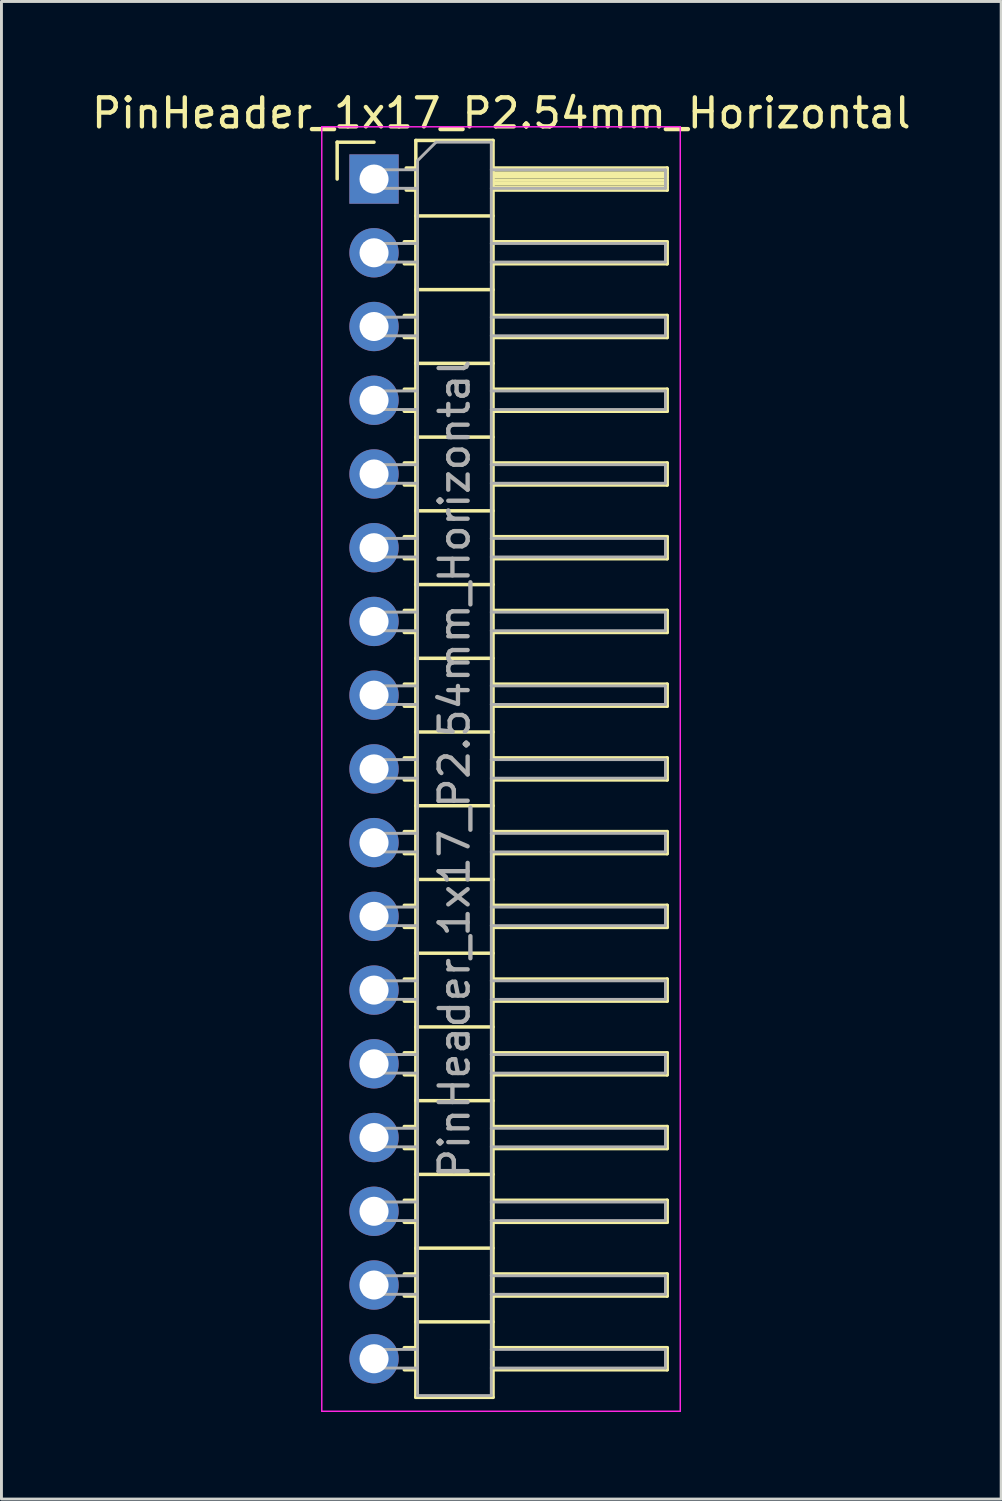
<source format=kicad_pcb>
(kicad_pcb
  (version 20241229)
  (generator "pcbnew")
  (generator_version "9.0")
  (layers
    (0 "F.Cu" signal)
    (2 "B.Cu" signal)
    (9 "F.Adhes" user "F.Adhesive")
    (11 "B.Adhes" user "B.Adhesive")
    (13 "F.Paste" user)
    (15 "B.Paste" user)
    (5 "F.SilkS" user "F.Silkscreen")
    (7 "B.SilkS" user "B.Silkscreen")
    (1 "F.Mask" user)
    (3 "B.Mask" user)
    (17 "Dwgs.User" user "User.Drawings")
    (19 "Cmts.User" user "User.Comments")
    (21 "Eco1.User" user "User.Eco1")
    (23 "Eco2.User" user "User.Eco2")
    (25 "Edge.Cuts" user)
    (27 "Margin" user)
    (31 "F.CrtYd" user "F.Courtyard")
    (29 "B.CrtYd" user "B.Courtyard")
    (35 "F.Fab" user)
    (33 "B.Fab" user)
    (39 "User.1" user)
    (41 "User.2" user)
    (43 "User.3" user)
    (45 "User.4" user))
  (footprint "PinHeader_1x17_P2.54mm_Horizontal"
    (layer "F.Cu")
    (at 9.835 3.118)
    (property "Reference" "PinHeader_1x17_P2.54mm_Horizontal" (at 4.385 -2.27 0) (layer "F.SilkS") (effects (font (size 1 1) (thickness 0.15))))
    (attr through_hole)
    (fp_line (start -1.27 -1.27) (end 0 -1.27) (stroke (width 0.12) (type solid)) (layer "F.SilkS"))
    (fp_line (start -1.27 0) (end -1.27 -1.27) (stroke (width 0.12) (type solid)) (layer "F.SilkS"))
    (fp_line (start 1.043 2.16) (end 1.44 2.16) (stroke (width 0.12) (type solid)) (layer "F.SilkS"))
    (fp_line (start 1.043 2.92) (end 1.44 2.92) (stroke (width 0.12) (type solid)) (layer "F.SilkS"))
    (fp_line (start 1.043 4.7) (end 1.44 4.7) (stroke (width 0.12) (type solid)) (layer "F.SilkS"))
    (fp_line (start 1.043 5.46) (end 1.44 5.46) (stroke (width 0.12) (type solid)) (layer "F.SilkS"))
    (fp_line (start 1.043 7.24) (end 1.44 7.24) (stroke (width 0.12) (type solid)) (layer "F.SilkS"))
    (fp_line (start 1.043 8) (end 1.44 8) (stroke (width 0.12) (type solid)) (layer "F.SilkS"))
    (fp_line (start 1.043 9.78) (end 1.44 9.78) (stroke (width 0.12) (type solid)) (layer "F.SilkS"))
    (fp_line (start 1.043 10.54) (end 1.44 10.54) (stroke (width 0.12) (type solid)) (layer "F.SilkS"))
    (fp_line (start 1.043 12.32) (end 1.44 12.32) (stroke (width 0.12) (type solid)) (layer "F.SilkS"))
    (fp_line (start 1.043 13.08) (end 1.44 13.08) (stroke (width 0.12) (type solid)) (layer "F.SilkS"))
    (fp_line (start 1.043 14.86) (end 1.44 14.86) (stroke (width 0.12) (type solid)) (layer "F.SilkS"))
    (fp_line (start 1.043 15.62) (end 1.44 15.62) (stroke (width 0.12) (type solid)) (layer "F.SilkS"))
    (fp_line (start 1.043 17.4) (end 1.44 17.4) (stroke (width 0.12) (type solid)) (layer "F.SilkS"))
    (fp_line (start 1.043 18.16) (end 1.44 18.16) (stroke (width 0.12) (type solid)) (layer "F.SilkS"))
    (fp_line (start 1.043 19.94) (end 1.44 19.94) (stroke (width 0.12) (type solid)) (layer "F.SilkS"))
    (fp_line (start 1.043 20.7) (end 1.44 20.7) (stroke (width 0.12) (type solid)) (layer "F.SilkS"))
    (fp_line (start 1.043 22.48) (end 1.44 22.48) (stroke (width 0.12) (type solid)) (layer "F.SilkS"))
    (fp_line (start 1.043 23.24) (end 1.44 23.24) (stroke (width 0.12) (type solid)) (layer "F.SilkS"))
    (fp_line (start 1.043 25.02) (end 1.44 25.02) (stroke (width 0.12) (type solid)) (layer "F.SilkS"))
    (fp_line (start 1.043 25.78) (end 1.44 25.78) (stroke (width 0.12) (type solid)) (layer "F.SilkS"))
    (fp_line (start 1.043 27.56) (end 1.44 27.56) (stroke (width 0.12) (type solid)) (layer "F.SilkS"))
    (fp_line (start 1.043 28.32) (end 1.44 28.32) (stroke (width 0.12) (type solid)) (layer "F.SilkS"))
    (fp_line (start 1.043 30.1) (end 1.44 30.1) (stroke (width 0.12) (type solid)) (layer "F.SilkS"))
    (fp_line (start 1.043 30.86) (end 1.44 30.86) (stroke (width 0.12) (type solid)) (layer "F.SilkS"))
    (fp_line (start 1.043 32.64) (end 1.44 32.64) (stroke (width 0.12) (type solid)) (layer "F.SilkS"))
    (fp_line (start 1.043 33.4) (end 1.44 33.4) (stroke (width 0.12) (type solid)) (layer "F.SilkS"))
    (fp_line (start 1.043 35.18) (end 1.44 35.18) (stroke (width 0.12) (type solid)) (layer "F.SilkS"))
    (fp_line (start 1.043 35.94) (end 1.44 35.94) (stroke (width 0.12) (type solid)) (layer "F.SilkS"))
    (fp_line (start 1.043 37.72) (end 1.44 37.72) (stroke (width 0.12) (type solid)) (layer "F.SilkS"))
    (fp_line (start 1.043 38.48) (end 1.44 38.48) (stroke (width 0.12) (type solid)) (layer "F.SilkS"))
    (fp_line (start 1.043 40.26) (end 1.44 40.26) (stroke (width 0.12) (type solid)) (layer "F.SilkS"))
    (fp_line (start 1.043 41.02) (end 1.44 41.02) (stroke (width 0.12) (type solid)) (layer "F.SilkS"))
    (fp_line (start 1.11 -0.38) (end 1.44 -0.38) (stroke (width 0.12) (type solid)) (layer "F.SilkS"))
    (fp_line (start 1.11 0.38) (end 1.44 0.38) (stroke (width 0.12) (type solid)) (layer "F.SilkS"))
    (fp_line (start 1.44 -1.33) (end 1.44 41.97) (stroke (width 0.12) (type solid)) (layer "F.SilkS"))
    (fp_line (start 1.44 1.27) (end 4.1 1.27) (stroke (width 0.12) (type solid)) (layer "F.SilkS"))
    (fp_line (start 1.44 3.81) (end 4.1 3.81) (stroke (width 0.12) (type solid)) (layer "F.SilkS"))
    (fp_line (start 1.44 6.35) (end 4.1 6.35) (stroke (width 0.12) (type solid)) (layer "F.SilkS"))
    (fp_line (start 1.44 8.89) (end 4.1 8.89) (stroke (width 0.12) (type solid)) (layer "F.SilkS"))
    (fp_line (start 1.44 11.43) (end 4.1 11.43) (stroke (width 0.12) (type solid)) (layer "F.SilkS"))
    (fp_line (start 1.44 13.97) (end 4.1 13.97) (stroke (width 0.12) (type solid)) (layer "F.SilkS"))
    (fp_line (start 1.44 16.51) (end 4.1 16.51) (stroke (width 0.12) (type solid)) (layer "F.SilkS"))
    (fp_line (start 1.44 19.05) (end 4.1 19.05) (stroke (width 0.12) (type solid)) (layer "F.SilkS"))
    (fp_line (start 1.44 21.59) (end 4.1 21.59) (stroke (width 0.12) (type solid)) (layer "F.SilkS"))
    (fp_line (start 1.44 24.13) (end 4.1 24.13) (stroke (width 0.12) (type solid)) (layer "F.SilkS"))
    (fp_line (start 1.44 26.67) (end 4.1 26.67) (stroke (width 0.12) (type solid)) (layer "F.SilkS"))
    (fp_line (start 1.44 29.21) (end 4.1 29.21) (stroke (width 0.12) (type solid)) (layer "F.SilkS"))
    (fp_line (start 1.44 31.75) (end 4.1 31.75) (stroke (width 0.12) (type solid)) (layer "F.SilkS"))
    (fp_line (start 1.44 34.29) (end 4.1 34.29) (stroke (width 0.12) (type solid)) (layer "F.SilkS"))
    (fp_line (start 1.44 36.83) (end 4.1 36.83) (stroke (width 0.12) (type solid)) (layer "F.SilkS"))
    (fp_line (start 1.44 39.37) (end 4.1 39.37) (stroke (width 0.12) (type solid)) (layer "F.SilkS"))
    (fp_line (start 1.44 41.97) (end 4.1 41.97) (stroke (width 0.12) (type solid)) (layer "F.SilkS"))
    (fp_line (start 4.1 -1.33) (end 1.44 -1.33) (stroke (width 0.12) (type solid)) (layer "F.SilkS"))
    (fp_line (start 4.1 -0.38) (end 10.1 -0.38) (stroke (width 0.12) (type solid)) (layer "F.SilkS"))
    (fp_line (start 4.1 -0.32) (end 10.1 -0.32) (stroke (width 0.12) (type solid)) (layer "F.SilkS"))
    (fp_line (start 4.1 -0.2) (end 10.1 -0.2) (stroke (width 0.12) (type solid)) (layer "F.SilkS"))
    (fp_line (start 4.1 -0.08) (end 10.1 -0.08) (stroke (width 0.12) (type solid)) (layer "F.SilkS"))
    (fp_line (start 4.1 0.04) (end 10.1 0.04) (stroke (width 0.12) (type solid)) (layer "F.SilkS"))
    (fp_line (start 4.1 0.16) (end 10.1 0.16) (stroke (width 0.12) (type solid)) (layer "F.SilkS"))
    (fp_line (start 4.1 0.28) (end 10.1 0.28) (stroke (width 0.12) (type solid)) (layer "F.SilkS"))
    (fp_line (start 4.1 2.16) (end 10.1 2.16) (stroke (width 0.12) (type solid)) (layer "F.SilkS"))
    (fp_line (start 4.1 4.7) (end 10.1 4.7) (stroke (width 0.12) (type solid)) (layer "F.SilkS"))
    (fp_line (start 4.1 7.24) (end 10.1 7.24) (stroke (width 0.12) (type solid)) (layer "F.SilkS"))
    (fp_line (start 4.1 9.78) (end 10.1 9.78) (stroke (width 0.12) (type solid)) (layer "F.SilkS"))
    (fp_line (start 4.1 12.32) (end 10.1 12.32) (stroke (width 0.12) (type solid)) (layer "F.SilkS"))
    (fp_line (start 4.1 14.86) (end 10.1 14.86) (stroke (width 0.12) (type solid)) (layer "F.SilkS"))
    (fp_line (start 4.1 17.4) (end 10.1 17.4) (stroke (width 0.12) (type solid)) (layer "F.SilkS"))
    (fp_line (start 4.1 19.94) (end 10.1 19.94) (stroke (width 0.12) (type solid)) (layer "F.SilkS"))
    (fp_line (start 4.1 22.48) (end 10.1 22.48) (stroke (width 0.12) (type solid)) (layer "F.SilkS"))
    (fp_line (start 4.1 25.02) (end 10.1 25.02) (stroke (width 0.12) (type solid)) (layer "F.SilkS"))
    (fp_line (start 4.1 27.56) (end 10.1 27.56) (stroke (width 0.12) (type solid)) (layer "F.SilkS"))
    (fp_line (start 4.1 30.1) (end 10.1 30.1) (stroke (width 0.12) (type solid)) (layer "F.SilkS"))
    (fp_line (start 4.1 32.64) (end 10.1 32.64) (stroke (width 0.12) (type solid)) (layer "F.SilkS"))
    (fp_line (start 4.1 35.18) (end 10.1 35.18) (stroke (width 0.12) (type solid)) (layer "F.SilkS"))
    (fp_line (start 4.1 37.72) (end 10.1 37.72) (stroke (width 0.12) (type solid)) (layer "F.SilkS"))
    (fp_line (start 4.1 40.26) (end 10.1 40.26) (stroke (width 0.12) (type solid)) (layer "F.SilkS"))
    (fp_line (start 4.1 41.97) (end 4.1 -1.33) (stroke (width 0.12) (type solid)) (layer "F.SilkS"))
    (fp_line (start 10.1 -0.38) (end 10.1 0.38) (stroke (width 0.12) (type solid)) (layer "F.SilkS"))
    (fp_line (start 10.1 0.38) (end 4.1 0.38) (stroke (width 0.12) (type solid)) (layer "F.SilkS"))
    (fp_line (start 10.1 2.16) (end 10.1 2.92) (stroke (width 0.12) (type solid)) (layer "F.SilkS"))
    (fp_line (start 10.1 2.92) (end 4.1 2.92) (stroke (width 0.12) (type solid)) (layer "F.SilkS"))
    (fp_line (start 10.1 4.7) (end 10.1 5.46) (stroke (width 0.12) (type solid)) (layer "F.SilkS"))
    (fp_line (start 10.1 5.46) (end 4.1 5.46) (stroke (width 0.12) (type solid)) (layer "F.SilkS"))
    (fp_line (start 10.1 7.24) (end 10.1 8) (stroke (width 0.12) (type solid)) (layer "F.SilkS"))
    (fp_line (start 10.1 8) (end 4.1 8) (stroke (width 0.12) (type solid)) (layer "F.SilkS"))
    (fp_line (start 10.1 9.78) (end 10.1 10.54) (stroke (width 0.12) (type solid)) (layer "F.SilkS"))
    (fp_line (start 10.1 10.54) (end 4.1 10.54) (stroke (width 0.12) (type solid)) (layer "F.SilkS"))
    (fp_line (start 10.1 12.32) (end 10.1 13.08) (stroke (width 0.12) (type solid)) (layer "F.SilkS"))
    (fp_line (start 10.1 13.08) (end 4.1 13.08) (stroke (width 0.12) (type solid)) (layer "F.SilkS"))
    (fp_line (start 10.1 14.86) (end 10.1 15.62) (stroke (width 0.12) (type solid)) (layer "F.SilkS"))
    (fp_line (start 10.1 15.62) (end 4.1 15.62) (stroke (width 0.12) (type solid)) (layer "F.SilkS"))
    (fp_line (start 10.1 17.4) (end 10.1 18.16) (stroke (width 0.12) (type solid)) (layer "F.SilkS"))
    (fp_line (start 10.1 18.16) (end 4.1 18.16) (stroke (width 0.12) (type solid)) (layer "F.SilkS"))
    (fp_line (start 10.1 19.94) (end 10.1 20.7) (stroke (width 0.12) (type solid)) (layer "F.SilkS"))
    (fp_line (start 10.1 20.7) (end 4.1 20.7) (stroke (width 0.12) (type solid)) (layer "F.SilkS"))
    (fp_line (start 10.1 22.48) (end 10.1 23.24) (stroke (width 0.12) (type solid)) (layer "F.SilkS"))
    (fp_line (start 10.1 23.24) (end 4.1 23.24) (stroke (width 0.12) (type solid)) (layer "F.SilkS"))
    (fp_line (start 10.1 25.02) (end 10.1 25.78) (stroke (width 0.12) (type solid)) (layer "F.SilkS"))
    (fp_line (start 10.1 25.78) (end 4.1 25.78) (stroke (width 0.12) (type solid)) (layer "F.SilkS"))
    (fp_line (start 10.1 27.56) (end 10.1 28.32) (stroke (width 0.12) (type solid)) (layer "F.SilkS"))
    (fp_line (start 10.1 28.32) (end 4.1 28.32) (stroke (width 0.12) (type solid)) (layer "F.SilkS"))
    (fp_line (start 10.1 30.1) (end 10.1 30.86) (stroke (width 0.12) (type solid)) (layer "F.SilkS"))
    (fp_line (start 10.1 30.86) (end 4.1 30.86) (stroke (width 0.12) (type solid)) (layer "F.SilkS"))
    (fp_line (start 10.1 32.64) (end 10.1 33.4) (stroke (width 0.12) (type solid)) (layer "F.SilkS"))
    (fp_line (start 10.1 33.4) (end 4.1 33.4) (stroke (width 0.12) (type solid)) (layer "F.SilkS"))
    (fp_line (start 10.1 35.18) (end 10.1 35.94) (stroke (width 0.12) (type solid)) (layer "F.SilkS"))
    (fp_line (start 10.1 35.94) (end 4.1 35.94) (stroke (width 0.12) (type solid)) (layer "F.SilkS"))
    (fp_line (start 10.1 37.72) (end 10.1 38.48) (stroke (width 0.12) (type solid)) (layer "F.SilkS"))
    (fp_line (start 10.1 38.48) (end 4.1 38.48) (stroke (width 0.12) (type solid)) (layer "F.SilkS"))
    (fp_line (start 10.1 40.26) (end 10.1 41.02) (stroke (width 0.12) (type solid)) (layer "F.SilkS"))
    (fp_line (start 10.1 41.02) (end 4.1 41.02) (stroke (width 0.12) (type solid)) (layer "F.SilkS"))
    (fp_line (start -1.8 -1.8) (end -1.8 42.45) (stroke (width 0.05) (type solid)) (layer "F.CrtYd"))
    (fp_line (start -1.8 42.45) (end 10.55 42.45) (stroke (width 0.05) (type solid)) (layer "F.CrtYd"))
    (fp_line (start 10.55 -1.8) (end -1.8 -1.8) (stroke (width 0.05) (type solid)) (layer "F.CrtYd"))
    (fp_line (start 10.55 42.45) (end 10.55 -1.8) (stroke (width 0.05) (type solid)) (layer "F.CrtYd"))
    (fp_line (start -0.32 -0.32) (end -0.32 0.32) (stroke (width 0.1) (type solid)) (layer "F.Fab"))
    (fp_line (start -0.32 -0.32) (end 1.5 -0.32) (stroke (width 0.1) (type solid)) (layer "F.Fab"))
    (fp_line (start -0.32 0.32) (end 1.5 0.32) (stroke (width 0.1) (type solid)) (layer "F.Fab"))
    (fp_line (start -0.32 2.22) (end -0.32 2.86) (stroke (width 0.1) (type solid)) (layer "F.Fab"))
    (fp_line (start -0.32 2.22) (end 1.5 2.22) (stroke (width 0.1) (type solid)) (layer "F.Fab"))
    (fp_line (start -0.32 2.86) (end 1.5 2.86) (stroke (width 0.1) (type solid)) (layer "F.Fab"))
    (fp_line (start -0.32 4.76) (end -0.32 5.4) (stroke (width 0.1) (type solid)) (layer "F.Fab"))
    (fp_line (start -0.32 4.76) (end 1.5 4.76) (stroke (width 0.1) (type solid)) (layer "F.Fab"))
    (fp_line (start -0.32 5.4) (end 1.5 5.4) (stroke (width 0.1) (type solid)) (layer "F.Fab"))
    (fp_line (start -0.32 7.3) (end -0.32 7.94) (stroke (width 0.1) (type solid)) (layer "F.Fab"))
    (fp_line (start -0.32 7.3) (end 1.5 7.3) (stroke (width 0.1) (type solid)) (layer "F.Fab"))
    (fp_line (start -0.32 7.94) (end 1.5 7.94) (stroke (width 0.1) (type solid)) (layer "F.Fab"))
    (fp_line (start -0.32 9.84) (end -0.32 10.48) (stroke (width 0.1) (type solid)) (layer "F.Fab"))
    (fp_line (start -0.32 9.84) (end 1.5 9.84) (stroke (width 0.1) (type solid)) (layer "F.Fab"))
    (fp_line (start -0.32 10.48) (end 1.5 10.48) (stroke (width 0.1) (type solid)) (layer "F.Fab"))
    (fp_line (start -0.32 12.38) (end -0.32 13.02) (stroke (width 0.1) (type solid)) (layer "F.Fab"))
    (fp_line (start -0.32 12.38) (end 1.5 12.38) (stroke (width 0.1) (type solid)) (layer "F.Fab"))
    (fp_line (start -0.32 13.02) (end 1.5 13.02) (stroke (width 0.1) (type solid)) (layer "F.Fab"))
    (fp_line (start -0.32 14.92) (end -0.32 15.56) (stroke (width 0.1) (type solid)) (layer "F.Fab"))
    (fp_line (start -0.32 14.92) (end 1.5 14.92) (stroke (width 0.1) (type solid)) (layer "F.Fab"))
    (fp_line (start -0.32 15.56) (end 1.5 15.56) (stroke (width 0.1) (type solid)) (layer "F.Fab"))
    (fp_line (start -0.32 17.46) (end -0.32 18.1) (stroke (width 0.1) (type solid)) (layer "F.Fab"))
    (fp_line (start -0.32 17.46) (end 1.5 17.46) (stroke (width 0.1) (type solid)) (layer "F.Fab"))
    (fp_line (start -0.32 18.1) (end 1.5 18.1) (stroke (width 0.1) (type solid)) (layer "F.Fab"))
    (fp_line (start -0.32 20) (end -0.32 20.64) (stroke (width 0.1) (type solid)) (layer "F.Fab"))
    (fp_line (start -0.32 20) (end 1.5 20) (stroke (width 0.1) (type solid)) (layer "F.Fab"))
    (fp_line (start -0.32 20.64) (end 1.5 20.64) (stroke (width 0.1) (type solid)) (layer "F.Fab"))
    (fp_line (start -0.32 22.54) (end -0.32 23.18) (stroke (width 0.1) (type solid)) (layer "F.Fab"))
    (fp_line (start -0.32 22.54) (end 1.5 22.54) (stroke (width 0.1) (type solid)) (layer "F.Fab"))
    (fp_line (start -0.32 23.18) (end 1.5 23.18) (stroke (width 0.1) (type solid)) (layer "F.Fab"))
    (fp_line (start -0.32 25.08) (end -0.32 25.72) (stroke (width 0.1) (type solid)) (layer "F.Fab"))
    (fp_line (start -0.32 25.08) (end 1.5 25.08) (stroke (width 0.1) (type solid)) (layer "F.Fab"))
    (fp_line (start -0.32 25.72) (end 1.5 25.72) (stroke (width 0.1) (type solid)) (layer "F.Fab"))
    (fp_line (start -0.32 27.62) (end -0.32 28.26) (stroke (width 0.1) (type solid)) (layer "F.Fab"))
    (fp_line (start -0.32 27.62) (end 1.5 27.62) (stroke (width 0.1) (type solid)) (layer "F.Fab"))
    (fp_line (start -0.32 28.26) (end 1.5 28.26) (stroke (width 0.1) (type solid)) (layer "F.Fab"))
    (fp_line (start -0.32 30.16) (end -0.32 30.8) (stroke (width 0.1) (type solid)) (layer "F.Fab"))
    (fp_line (start -0.32 30.16) (end 1.5 30.16) (stroke (width 0.1) (type solid)) (layer "F.Fab"))
    (fp_line (start -0.32 30.8) (end 1.5 30.8) (stroke (width 0.1) (type solid)) (layer "F.Fab"))
    (fp_line (start -0.32 32.7) (end -0.32 33.34) (stroke (width 0.1) (type solid)) (layer "F.Fab"))
    (fp_line (start -0.32 32.7) (end 1.5 32.7) (stroke (width 0.1) (type solid)) (layer "F.Fab"))
    (fp_line (start -0.32 33.34) (end 1.5 33.34) (stroke (width 0.1) (type solid)) (layer "F.Fab"))
    (fp_line (start -0.32 35.24) (end -0.32 35.88) (stroke (width 0.1) (type solid)) (layer "F.Fab"))
    (fp_line (start -0.32 35.24) (end 1.5 35.24) (stroke (width 0.1) (type solid)) (layer "F.Fab"))
    (fp_line (start -0.32 35.88) (end 1.5 35.88) (stroke (width 0.1) (type solid)) (layer "F.Fab"))
    (fp_line (start -0.32 37.78) (end -0.32 38.42) (stroke (width 0.1) (type solid)) (layer "F.Fab"))
    (fp_line (start -0.32 37.78) (end 1.5 37.78) (stroke (width 0.1) (type solid)) (layer "F.Fab"))
    (fp_line (start -0.32 38.42) (end 1.5 38.42) (stroke (width 0.1) (type solid)) (layer "F.Fab"))
    (fp_line (start -0.32 40.32) (end -0.32 40.96) (stroke (width 0.1) (type solid)) (layer "F.Fab"))
    (fp_line (start -0.32 40.32) (end 1.5 40.32) (stroke (width 0.1) (type solid)) (layer "F.Fab"))
    (fp_line (start -0.32 40.96) (end 1.5 40.96) (stroke (width 0.1) (type solid)) (layer "F.Fab"))
    (fp_line (start 1.5 -0.635) (end 2.135 -1.27) (stroke (width 0.1) (type solid)) (layer "F.Fab"))
    (fp_line (start 1.5 41.91) (end 1.5 -0.635) (stroke (width 0.1) (type solid)) (layer "F.Fab"))
    (fp_line (start 2.135 -1.27) (end 4.04 -1.27) (stroke (width 0.1) (type solid)) (layer "F.Fab"))
    (fp_line (start 4.04 -1.27) (end 4.04 41.91) (stroke (width 0.1) (type solid)) (layer "F.Fab"))
    (fp_line (start 4.04 -0.32) (end 10.04 -0.32) (stroke (width 0.1) (type solid)) (layer "F.Fab"))
    (fp_line (start 4.04 0.32) (end 10.04 0.32) (stroke (width 0.1) (type solid)) (layer "F.Fab"))
    (fp_line (start 4.04 2.22) (end 10.04 2.22) (stroke (width 0.1) (type solid)) (layer "F.Fab"))
    (fp_line (start 4.04 2.86) (end 10.04 2.86) (stroke (width 0.1) (type solid)) (layer "F.Fab"))
    (fp_line (start 4.04 4.76) (end 10.04 4.76) (stroke (width 0.1) (type solid)) (layer "F.Fab"))
    (fp_line (start 4.04 5.4) (end 10.04 5.4) (stroke (width 0.1) (type solid)) (layer "F.Fab"))
    (fp_line (start 4.04 7.3) (end 10.04 7.3) (stroke (width 0.1) (type solid)) (layer "F.Fab"))
    (fp_line (start 4.04 7.94) (end 10.04 7.94) (stroke (width 0.1) (type solid)) (layer "F.Fab"))
    (fp_line (start 4.04 9.84) (end 10.04 9.84) (stroke (width 0.1) (type solid)) (layer "F.Fab"))
    (fp_line (start 4.04 10.48) (end 10.04 10.48) (stroke (width 0.1) (type solid)) (layer "F.Fab"))
    (fp_line (start 4.04 12.38) (end 10.04 12.38) (stroke (width 0.1) (type solid)) (layer "F.Fab"))
    (fp_line (start 4.04 13.02) (end 10.04 13.02) (stroke (width 0.1) (type solid)) (layer "F.Fab"))
    (fp_line (start 4.04 14.92) (end 10.04 14.92) (stroke (width 0.1) (type solid)) (layer "F.Fab"))
    (fp_line (start 4.04 15.56) (end 10.04 15.56) (stroke (width 0.1) (type solid)) (layer "F.Fab"))
    (fp_line (start 4.04 17.46) (end 10.04 17.46) (stroke (width 0.1) (type solid)) (layer "F.Fab"))
    (fp_line (start 4.04 18.1) (end 10.04 18.1) (stroke (width 0.1) (type solid)) (layer "F.Fab"))
    (fp_line (start 4.04 20) (end 10.04 20) (stroke (width 0.1) (type solid)) (layer "F.Fab"))
    (fp_line (start 4.04 20.64) (end 10.04 20.64) (stroke (width 0.1) (type solid)) (layer "F.Fab"))
    (fp_line (start 4.04 22.54) (end 10.04 22.54) (stroke (width 0.1) (type solid)) (layer "F.Fab"))
    (fp_line (start 4.04 23.18) (end 10.04 23.18) (stroke (width 0.1) (type solid)) (layer "F.Fab"))
    (fp_line (start 4.04 25.08) (end 10.04 25.08) (stroke (width 0.1) (type solid)) (layer "F.Fab"))
    (fp_line (start 4.04 25.72) (end 10.04 25.72) (stroke (width 0.1) (type solid)) (layer "F.Fab"))
    (fp_line (start 4.04 27.62) (end 10.04 27.62) (stroke (width 0.1) (type solid)) (layer "F.Fab"))
    (fp_line (start 4.04 28.26) (end 10.04 28.26) (stroke (width 0.1) (type solid)) (layer "F.Fab"))
    (fp_line (start 4.04 30.16) (end 10.04 30.16) (stroke (width 0.1) (type solid)) (layer "F.Fab"))
    (fp_line (start 4.04 30.8) (end 10.04 30.8) (stroke (width 0.1) (type solid)) (layer "F.Fab"))
    (fp_line (start 4.04 32.7) (end 10.04 32.7) (stroke (width 0.1) (type solid)) (layer "F.Fab"))
    (fp_line (start 4.04 33.34) (end 10.04 33.34) (stroke (width 0.1) (type solid)) (layer "F.Fab"))
    (fp_line (start 4.04 35.24) (end 10.04 35.24) (stroke (width 0.1) (type solid)) (layer "F.Fab"))
    (fp_line (start 4.04 35.88) (end 10.04 35.88) (stroke (width 0.1) (type solid)) (layer "F.Fab"))
    (fp_line (start 4.04 37.78) (end 10.04 37.78) (stroke (width 0.1) (type solid)) (layer "F.Fab"))
    (fp_line (start 4.04 38.42) (end 10.04 38.42) (stroke (width 0.1) (type solid)) (layer "F.Fab"))
    (fp_line (start 4.04 40.32) (end 10.04 40.32) (stroke (width 0.1) (type solid)) (layer "F.Fab"))
    (fp_line (start 4.04 40.96) (end 10.04 40.96) (stroke (width 0.1) (type solid)) (layer "F.Fab"))
    (fp_line (start 4.04 41.91) (end 1.5 41.91) (stroke (width 0.1) (type solid)) (layer "F.Fab"))
    (fp_line (start 10.04 -0.32) (end 10.04 0.32) (stroke (width 0.1) (type solid)) (layer "F.Fab"))
    (fp_line (start 10.04 2.22) (end 10.04 2.86) (stroke (width 0.1) (type solid)) (layer "F.Fab"))
    (fp_line (start 10.04 4.76) (end 10.04 5.4) (stroke (width 0.1) (type solid)) (layer "F.Fab"))
    (fp_line (start 10.04 7.3) (end 10.04 7.94) (stroke (width 0.1) (type solid)) (layer "F.Fab"))
    (fp_line (start 10.04 9.84) (end 10.04 10.48) (stroke (width 0.1) (type solid)) (layer "F.Fab"))
    (fp_line (start 10.04 12.38) (end 10.04 13.02) (stroke (width 0.1) (type solid)) (layer "F.Fab"))
    (fp_line (start 10.04 14.92) (end 10.04 15.56) (stroke (width 0.1) (type solid)) (layer "F.Fab"))
    (fp_line (start 10.04 17.46) (end 10.04 18.1) (stroke (width 0.1) (type solid)) (layer "F.Fab"))
    (fp_line (start 10.04 20) (end 10.04 20.64) (stroke (width 0.1) (type solid)) (layer "F.Fab"))
    (fp_line (start 10.04 22.54) (end 10.04 23.18) (stroke (width 0.1) (type solid)) (layer "F.Fab"))
    (fp_line (start 10.04 25.08) (end 10.04 25.72) (stroke (width 0.1) (type solid)) (layer "F.Fab"))
    (fp_line (start 10.04 27.62) (end 10.04 28.26) (stroke (width 0.1) (type solid)) (layer "F.Fab"))
    (fp_line (start 10.04 30.16) (end 10.04 30.8) (stroke (width 0.1) (type solid)) (layer "F.Fab"))
    (fp_line (start 10.04 32.7) (end 10.04 33.34) (stroke (width 0.1) (type solid)) (layer "F.Fab"))
    (fp_line (start 10.04 35.24) (end 10.04 35.88) (stroke (width 0.1) (type solid)) (layer "F.Fab"))
    (fp_line (start 10.04 37.78) (end 10.04 38.42) (stroke (width 0.1) (type solid)) (layer "F.Fab"))
    (fp_line (start 10.04 40.32) (end 10.04 40.96) (stroke (width 0.1) (type solid)) (layer "F.Fab"))
    (fp_text user "${REFERENCE}" (at 2.77 20.32 90) (layer "F.Fab") (effects (font (size 1 1) (thickness 0.15))))
    (pad "1" thru_hole rect (at 0 0) (size 1.7 1.7) (drill 1) (layers "*.Cu" "*.Mask"))
    (pad "2" thru_hole oval (at 0 2.54) (size 1.7 1.7) (drill 1) (layers "*.Cu" "*.Mask"))
    (pad "3" thru_hole oval (at 0 5.08) (size 1.7 1.7) (drill 1) (layers "*.Cu" "*.Mask"))
    (pad "4" thru_hole oval (at 0 7.62) (size 1.7 1.7) (drill 1) (layers "*.Cu" "*.Mask"))
    (pad "5" thru_hole oval (at 0 10.16) (size 1.7 1.7) (drill 1) (layers "*.Cu" "*.Mask"))
    (pad "6" thru_hole oval (at 0 12.7) (size 1.7 1.7) (drill 1) (layers "*.Cu" "*.Mask"))
    (pad "7" thru_hole oval (at 0 15.24) (size 1.7 1.7) (drill 1) (layers "*.Cu" "*.Mask"))
    (pad "8" thru_hole oval (at 0 17.78) (size 1.7 1.7) (drill 1) (layers "*.Cu" "*.Mask"))
    (pad "9" thru_hole oval (at 0 20.32) (size 1.7 1.7) (drill 1) (layers "*.Cu" "*.Mask"))
    (pad "10" thru_hole oval (at 0 22.86) (size 1.7 1.7) (drill 1) (layers "*.Cu" "*.Mask"))
    (pad "11" thru_hole oval (at 0 25.4) (size 1.7 1.7) (drill 1) (layers "*.Cu" "*.Mask"))
    (pad "12" thru_hole oval (at 0 27.94) (size 1.7 1.7) (drill 1) (layers "*.Cu" "*.Mask"))
    (pad "13" thru_hole oval (at 0 30.48) (size 1.7 1.7) (drill 1) (layers "*.Cu" "*.Mask"))
    (pad "14" thru_hole oval (at 0 33.02) (size 1.7 1.7) (drill 1) (layers "*.Cu" "*.Mask"))
    (pad "15" thru_hole oval (at 0 35.56) (size 1.7 1.7) (drill 1) (layers "*.Cu" "*.Mask"))
    (pad "16" thru_hole oval (at 0 38.1) (size 1.7 1.7) (drill 1) (layers "*.Cu" "*.Mask"))
    (pad "17" thru_hole oval (at 0 40.64) (size 1.7 1.7) (drill 1) (layers "*.Cu" "*.Mask")))
  (gr_rect
    (start -3 -3)
    (end 31.44 48.593)
    (stroke (width 0.1) (type default))
    (fill no)
    (layer "Edge.Cuts")))
</source>
